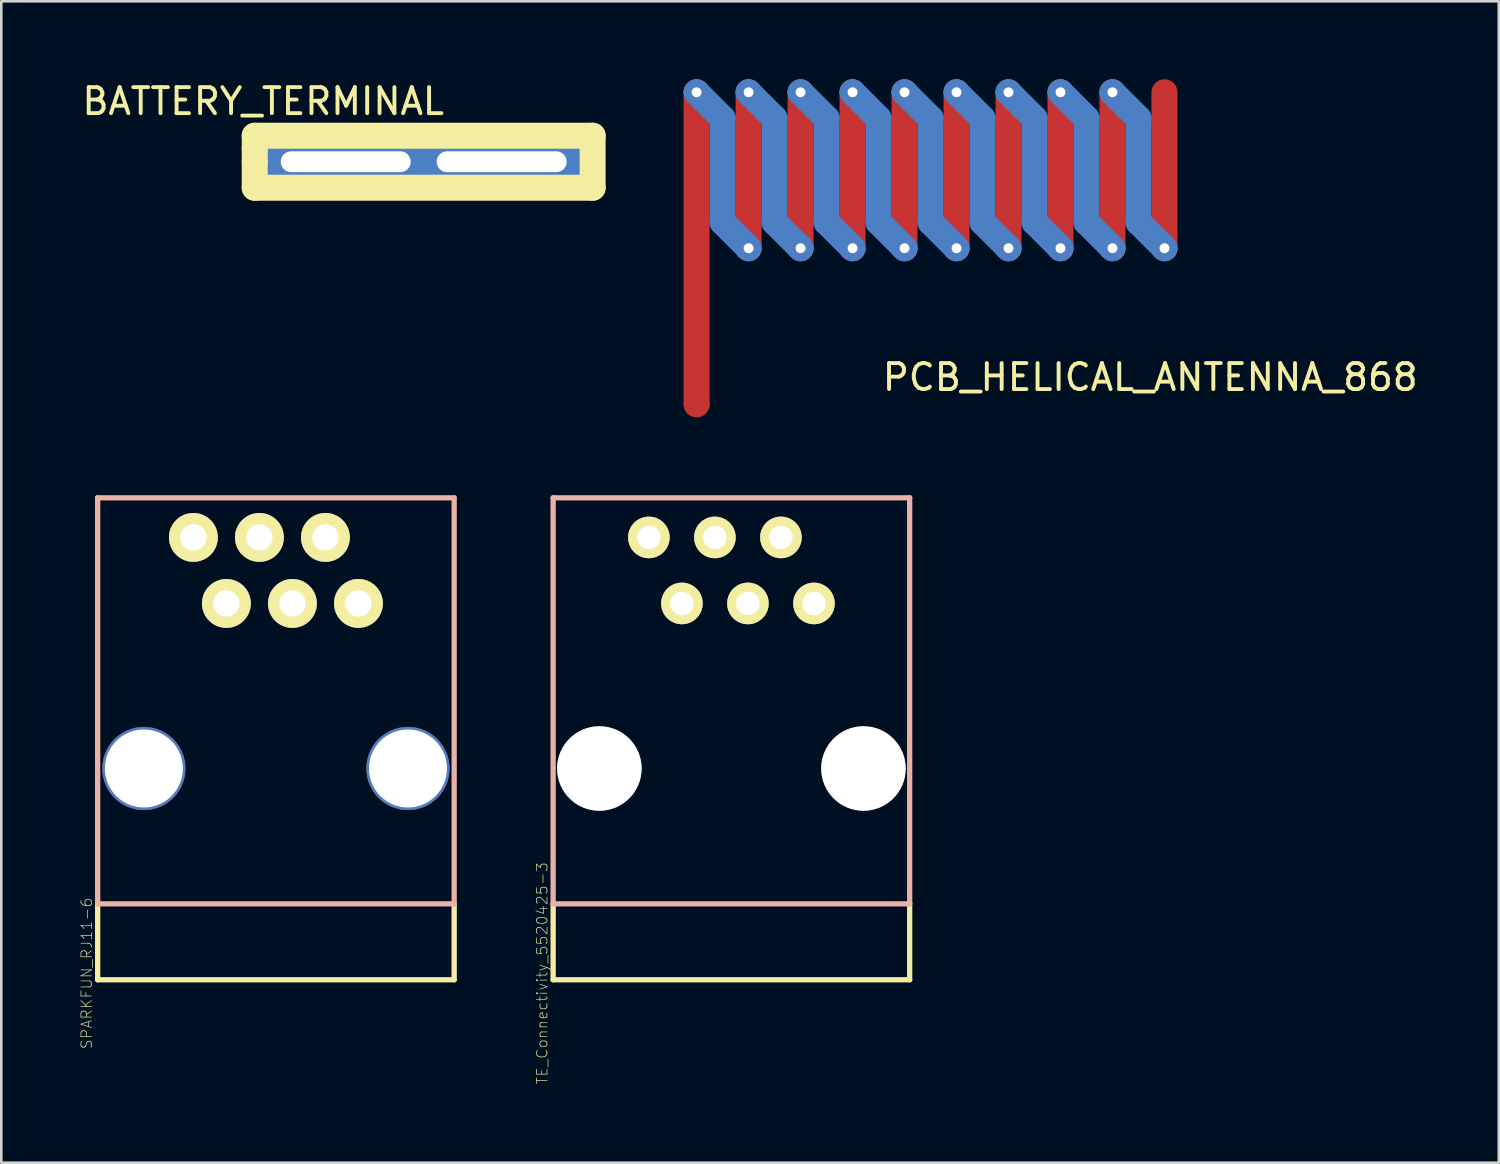
<source format=kicad_pcb>
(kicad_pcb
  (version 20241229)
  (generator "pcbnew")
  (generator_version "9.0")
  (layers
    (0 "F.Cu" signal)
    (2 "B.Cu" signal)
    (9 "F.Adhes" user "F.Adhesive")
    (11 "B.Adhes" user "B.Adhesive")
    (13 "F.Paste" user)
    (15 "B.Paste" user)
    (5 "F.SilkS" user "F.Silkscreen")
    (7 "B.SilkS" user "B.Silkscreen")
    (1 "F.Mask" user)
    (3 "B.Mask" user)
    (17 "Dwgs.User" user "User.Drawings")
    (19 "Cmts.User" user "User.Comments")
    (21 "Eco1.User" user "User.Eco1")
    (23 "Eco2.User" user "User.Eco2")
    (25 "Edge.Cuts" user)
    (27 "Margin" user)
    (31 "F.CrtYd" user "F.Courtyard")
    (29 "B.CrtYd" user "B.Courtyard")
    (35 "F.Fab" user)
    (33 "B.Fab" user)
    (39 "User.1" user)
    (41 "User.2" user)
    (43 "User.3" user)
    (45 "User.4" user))
  (footprint "PCB_HELICAL_ANTENNA_868"
    (layer "F.Cu")
    (at 23.75 0.5)
    (property "Reference" "PCB_HELICAL_ANTENNA_868" (at 17.451 10.963 0) (layer "F.SilkS") (effects (font (size 1 1) (thickness 0.15))))
    (attr through_hole)
    (fp_line (start 0 0) (end 0 12) (stroke (width 1) (type solid)) (layer "F.Cu"))
    (fp_line (start 2 6) (end 2 0) (stroke (width 1) (type solid)) (layer "F.Cu"))
    (fp_line (start 4 6) (end 4 0) (stroke (width 1) (type solid)) (layer "F.Cu"))
    (fp_line (start 6 6) (end 6 0) (stroke (width 1) (type solid)) (layer "F.Cu"))
    (fp_line (start 8 6) (end 8 0) (stroke (width 1) (type solid)) (layer "F.Cu"))
    (fp_line (start 10 6) (end 10 0) (stroke (width 1) (type solid)) (layer "F.Cu"))
    (fp_line (start 12 6) (end 12 0) (stroke (width 1) (type solid)) (layer "F.Cu"))
    (fp_line (start 14 6) (end 14 0) (stroke (width 1) (type solid)) (layer "F.Cu"))
    (fp_line (start 16 6) (end 16 0) (stroke (width 1) (type solid)) (layer "F.Cu"))
    (fp_line (start 18 6) (end 18 0) (stroke (width 1) (type solid)) (layer "F.Cu"))
    (fp_line (start 0 0) (end 1 1) (stroke (width 1) (type solid)) (layer "B.Cu"))
    (fp_line (start 1 1) (end 1 5) (stroke (width 1) (type solid)) (layer "B.Cu"))
    (fp_line (start 1 5) (end 2 6) (stroke (width 1) (type solid)) (layer "B.Cu"))
    (fp_line (start 2 0) (end 3 1) (stroke (width 1) (type solid)) (layer "B.Cu"))
    (fp_line (start 3 1) (end 3 5) (stroke (width 1) (type solid)) (layer "B.Cu"))
    (fp_line (start 3 5) (end 4 6) (stroke (width 1) (type solid)) (layer "B.Cu"))
    (fp_line (start 4 0) (end 5 1) (stroke (width 1) (type solid)) (layer "B.Cu"))
    (fp_line (start 5 1) (end 5 5) (stroke (width 1) (type solid)) (layer "B.Cu"))
    (fp_line (start 5 5) (end 6 6) (stroke (width 1) (type solid)) (layer "B.Cu"))
    (fp_line (start 6 0) (end 7 1) (stroke (width 1) (type solid)) (layer "B.Cu"))
    (fp_line (start 7 1) (end 7 5) (stroke (width 1) (type solid)) (layer "B.Cu"))
    (fp_line (start 7 5) (end 8 6) (stroke (width 1) (type solid)) (layer "B.Cu"))
    (fp_line (start 8 0) (end 9 1) (stroke (width 1) (type solid)) (layer "B.Cu"))
    (fp_line (start 9 1) (end 9 5) (stroke (width 1) (type solid)) (layer "B.Cu"))
    (fp_line (start 9 5) (end 10 6) (stroke (width 1) (type solid)) (layer "B.Cu"))
    (fp_line (start 10 0) (end 11 1) (stroke (width 1) (type solid)) (layer "B.Cu"))
    (fp_line (start 11 1) (end 11 5) (stroke (width 1) (type solid)) (layer "B.Cu"))
    (fp_line (start 11 5) (end 12 6) (stroke (width 1) (type solid)) (layer "B.Cu"))
    (fp_line (start 12 0) (end 13 1) (stroke (width 1) (type solid)) (layer "B.Cu"))
    (fp_line (start 13 1) (end 13 5) (stroke (width 1) (type solid)) (layer "B.Cu"))
    (fp_line (start 13 5) (end 14 6) (stroke (width 1) (type solid)) (layer "B.Cu"))
    (fp_line (start 14 0) (end 15 1) (stroke (width 1) (type solid)) (layer "B.Cu"))
    (fp_line (start 15 1) (end 15 5) (stroke (width 1) (type solid)) (layer "B.Cu"))
    (fp_line (start 15 5) (end 16 6) (stroke (width 1) (type solid)) (layer "B.Cu"))
    (fp_line (start 16 0) (end 17 1) (stroke (width 1) (type solid)) (layer "B.Cu"))
    (fp_line (start 17 1) (end 17 5) (stroke (width 1) (type solid)) (layer "B.Cu"))
    (fp_line (start 17 5) (end 18 6) (stroke (width 1) (type solid)) (layer "B.Cu"))
    (pad "" thru_hole circle (at 0 0) (size 1 1) (drill 0.38) (layers "*.Cu"))
    (pad "" thru_hole circle (at 2 0) (size 1 1) (drill 0.38) (layers "*.Cu"))
    (pad "" thru_hole circle (at 2 6) (size 1 1) (drill 0.38) (layers "*.Cu"))
    (pad "" thru_hole circle (at 4 0) (size 1 1) (drill 0.38) (layers "*.Cu"))
    (pad "" thru_hole circle (at 4 6) (size 1 1) (drill 0.38) (layers "*.Cu"))
    (pad "" thru_hole circle (at 6 0) (size 1 1) (drill 0.38) (layers "*.Cu"))
    (pad "" thru_hole circle (at 6 6) (size 1 1) (drill 0.38) (layers "*.Cu"))
    (pad "" thru_hole circle (at 8 0) (size 1 1) (drill 0.38) (layers "*.Cu"))
    (pad "" thru_hole circle (at 8 6) (size 1 1) (drill 0.38) (layers "*.Cu"))
    (pad "" thru_hole circle (at 10 0) (size 1 1) (drill 0.38) (layers "*.Cu"))
    (pad "" thru_hole circle (at 10 6) (size 1 1) (drill 0.38) (layers "*.Cu"))
    (pad "" thru_hole circle (at 12 0) (size 1 1) (drill 0.38) (layers "*.Cu"))
    (pad "" thru_hole circle (at 12 6) (size 1 1) (drill 0.38) (layers "*.Cu"))
    (pad "" thru_hole circle (at 14 0) (size 1 1) (drill 0.38) (layers "*.Cu"))
    (pad "" thru_hole circle (at 14 6) (size 1 1) (drill 0.38) (layers "*.Cu"))
    (pad "" thru_hole circle (at 16 0) (size 1 1) (drill 0.38) (layers "*.Cu"))
    (pad "" thru_hole circle (at 16 6) (size 1 1) (drill 0.38) (layers "*.Cu"))
    (pad "" thru_hole circle (at 18 6) (size 1 1) (drill 0.38) (layers "*.Cu"))
    (pad "1" smd circle (at 0 12) (size 1 1) (layers "F.Cu" "F.Mask" "F.Paste")))
  (footprint "TE_Connectivity_5520425-3"
    (layer "F.Cu")
    (at 25.089 26.516)
    (property "Reference" "TE_Connectivity_5520425-3" (at -7.282 7.882 90) (layer "F.SilkS") (effects (font (size 0.406 0.406) (thickness 0.025))))
    (attr exclude_from_pos_files exclude_from_bom)
    (fp_line (start -6.858 5.207) (end -6.858 8.128) (stroke (width 0.203) (type solid)) (layer "F.SilkS"))
    (fp_line (start -6.858 8.128) (end 6.858 8.128) (stroke (width 0.203) (type solid)) (layer "F.SilkS"))
    (fp_line (start 6.858 8.128) (end 6.858 5.207) (stroke (width 0.203) (type solid)) (layer "F.SilkS"))
    (fp_line (start -6.858 -10.414) (end -6.858 5.207) (stroke (width 0.203) (type solid)) (layer "B.SilkS"))
    (fp_line (start 6.858 -10.414) (end -6.858 -10.414) (stroke (width 0.203) (type solid)) (layer "B.SilkS"))
    (fp_line (start 6.858 5.207) (end -6.858 5.207) (stroke (width 0.203) (type solid)) (layer "B.SilkS"))
    (fp_line (start 6.858 5.207) (end 6.858 -10.414) (stroke (width 0.203) (type solid)) (layer "B.SilkS"))
    (pad "1" thru_hole circle (at -3.175 -8.89) (size 1.6 1.6) (drill 0.9) (layers "*.Cu" "*.Mask" "F.SilkS" "F.Paste"))
    (pad "2" thru_hole circle (at -1.905 -6.35) (size 1.6 1.6) (drill 0.9) (layers "*.Cu" "*.Mask" "F.SilkS" "F.Paste"))
    (pad "3" thru_hole circle (at -0.635 -8.89) (size 1.6 1.6) (drill 0.9) (layers "*.Cu" "*.Mask" "F.SilkS" "F.Paste"))
    (pad "4" thru_hole circle (at 0.635 -6.35) (size 1.6 1.6) (drill 0.9) (layers "*.Cu" "*.Mask" "F.SilkS" "F.Paste"))
    (pad "5" thru_hole circle (at 1.905 -8.89) (size 1.6 1.6) (drill 0.9) (layers "*.Cu" "*.Mask" "F.SilkS" "F.Paste"))
    (pad "6" thru_hole circle (at 3.175 -6.35) (size 1.6 1.6) (drill 0.9) (layers "*.Cu" "*.Mask" "F.SilkS" "F.Paste"))
    (pad "7" thru_hole circle (at -5.08 0) (size 3.25 3.25) (drill 3.25) (layers "*.Cu" "*.Mask"))
    (pad "8" thru_hole circle (at 5.08 0) (size 3.25 3.25) (drill 3.25) (layers "*.Cu" "*.Mask")))
  (footprint "SPARKFUN_RJ11-6"
    (layer "F.Cu")
    (at 7.565 26.516)
    (property "Reference" "SPARKFUN_RJ11-6" (at -7.282 7.882 90) (layer "F.SilkS") (effects (font (size 0.406 0.406) (thickness 0.025))))
    (attr exclude_from_pos_files exclude_from_bom)
    (fp_line (start -6.858 5.207) (end -6.858 8.128) (stroke (width 0.203) (type solid)) (layer "F.SilkS"))
    (fp_line (start -6.858 8.128) (end 6.858 8.128) (stroke (width 0.203) (type solid)) (layer "F.SilkS"))
    (fp_line (start 6.858 8.128) (end 6.858 5.207) (stroke (width 0.203) (type solid)) (layer "F.SilkS"))
    (fp_line (start -6.858 -10.414) (end -6.858 5.207) (stroke (width 0.203) (type solid)) (layer "B.SilkS"))
    (fp_line (start 6.858 -10.414) (end -6.858 -10.414) (stroke (width 0.203) (type solid)) (layer "B.SilkS"))
    (fp_line (start 6.858 5.207) (end -6.858 5.207) (stroke (width 0.203) (type solid)) (layer "B.SilkS"))
    (fp_line (start 6.858 5.207) (end 6.858 -10.414) (stroke (width 0.203) (type solid)) (layer "B.SilkS"))
    (pad "1" thru_hole circle (at -3.175 -8.89) (size 1.88 1.88) (drill 1.016) (layers "*.Cu" "*.Mask" "F.SilkS" "F.Paste"))
    (pad "2" thru_hole circle (at -1.905 -6.35) (size 1.88 1.88) (drill 1.016) (layers "*.Cu" "*.Mask" "F.SilkS" "F.Paste"))
    (pad "3" thru_hole circle (at -0.635 -8.89) (size 1.88 1.88) (drill 1.016) (layers "*.Cu" "*.Mask" "F.SilkS" "F.Paste"))
    (pad "4" thru_hole circle (at 0.635 -6.35) (size 1.88 1.88) (drill 1.016) (layers "*.Cu" "*.Mask" "F.SilkS" "F.Paste"))
    (pad "5" thru_hole circle (at 1.905 -8.89) (size 1.88 1.88) (drill 1.016) (layers "*.Cu" "*.Mask" "F.SilkS" "F.Paste"))
    (pad "6" thru_hole circle (at 3.175 -6.35) (size 1.88 1.88) (drill 1.016) (layers "*.Cu" "*.Mask" "F.SilkS" "F.Paste"))
    (pad "7" thru_hole circle (at -5.08 0) (size 3.2 3.2) (drill 3) (layers "*.Cu" "*.Mask"))
    (pad "8" thru_hole circle (at 5.08 0) (size 3.2 3.2) (drill 3) (layers "*.Cu" "*.Mask")))
  (footprint "BATTERY_TERMINAL"
    (layer "F.Cu")
    (at 13.25 3.172)
    (property "Reference" "BATTERY_TERMINAL" (at -6.173 -2.324 0) (layer "F.SilkS") (effects (font (size 1 1) (thickness 0.15))))
    (attr through_hole)
    (fp_line (start -6.5 -1) (end 6.5 -1) (stroke (width 1) (type solid)) (layer "F.SilkS"))
    (fp_line (start -6.5 -0.5) (end -6.5 -1) (stroke (width 1) (type solid)) (layer "F.SilkS"))
    (fp_line (start -6.5 0) (end -6.5 -0.5) (stroke (width 1) (type solid)) (layer "F.SilkS"))
    (fp_line (start -6.5 1) (end -6.5 0) (stroke (width 1) (type solid)) (layer "F.SilkS"))
    (fp_line (start 6.5 -1) (end 6.5 1) (stroke (width 1) (type solid)) (layer "F.SilkS"))
    (fp_line (start 6.5 1) (end -6.5 1) (stroke (width 1) (type solid)) (layer "F.SilkS"))
    (pad "1" thru_hole rect (at -3 0) (size 7 2) (drill oval 5 0.8) (layers "*.Cu" "*.Mask"))
    (pad "1" thru_hole rect (at 3 0) (size 7 2) (drill oval 5 0.8) (layers "*.Cu" "*.Mask")))
  (gr_rect
    (start -3 -3)
    (end 54.612 41.682)
    (stroke (width 0.1) (type default))
    (fill no)
    (layer "Edge.Cuts")))
</source>
